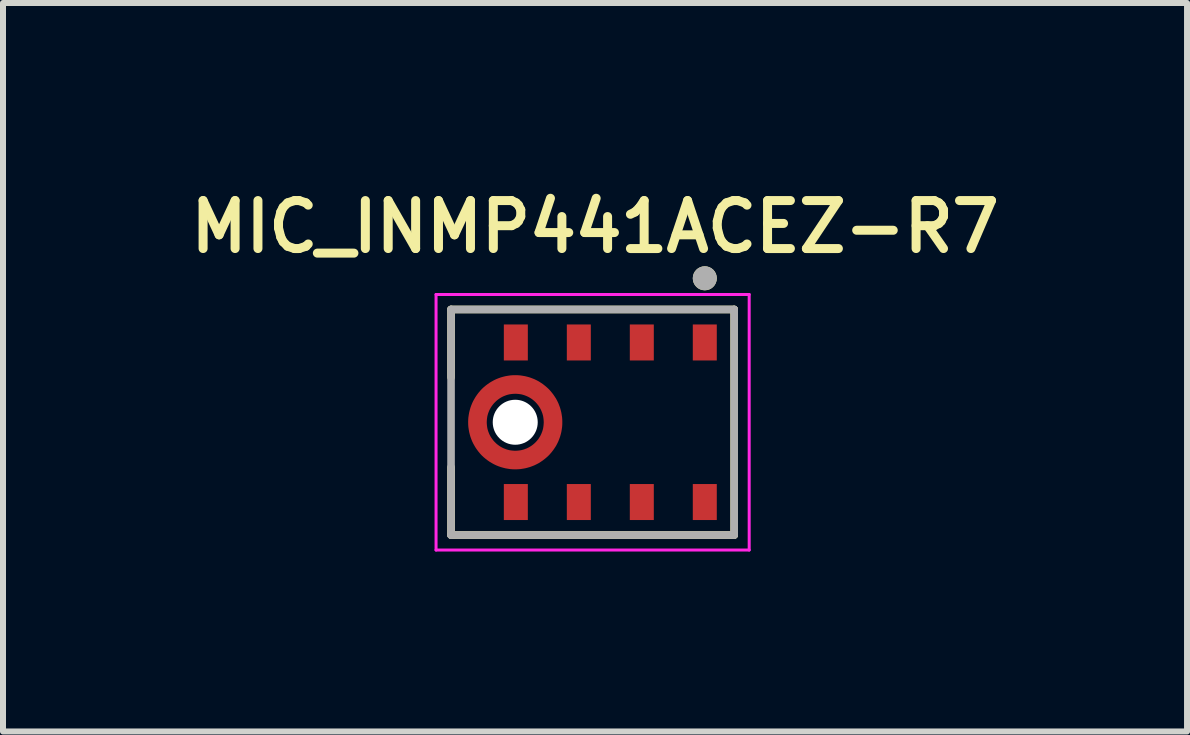
<source format=kicad_pcb>
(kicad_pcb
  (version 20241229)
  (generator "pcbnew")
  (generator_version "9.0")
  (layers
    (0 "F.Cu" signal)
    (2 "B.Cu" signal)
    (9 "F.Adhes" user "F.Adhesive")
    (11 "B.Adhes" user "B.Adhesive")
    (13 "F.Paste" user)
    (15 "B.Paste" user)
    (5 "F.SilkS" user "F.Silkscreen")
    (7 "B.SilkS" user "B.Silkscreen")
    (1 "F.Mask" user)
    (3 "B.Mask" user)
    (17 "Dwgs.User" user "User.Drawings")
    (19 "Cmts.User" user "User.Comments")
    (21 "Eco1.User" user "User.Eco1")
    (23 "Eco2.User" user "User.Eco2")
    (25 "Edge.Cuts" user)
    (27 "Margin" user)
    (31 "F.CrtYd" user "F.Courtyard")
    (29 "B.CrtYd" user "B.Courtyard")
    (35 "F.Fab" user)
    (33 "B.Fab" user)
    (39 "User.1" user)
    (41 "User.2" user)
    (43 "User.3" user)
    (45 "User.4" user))
  (footprint "MIC_INMP441ACEZ-R7"
    (layer "F.Cu")
    (at 6.829 3.989)
    (property "Reference" "MIC_INMP441ACEZ-R7" (at 0.04 -3.258 0) (layer "F.SilkS") (effects (font (size 0.8 0.8) (thickness 0.15))))
    (attr smd)
    (fp_circle (center -1.29 0) (end -0.85 0) (stroke (width 0.88) (type solid)) (fill no) (layer "F.Mask"))
    (fp_line (start -2.36 -1.88) (end -2.36 -0.75) (stroke (width 0.127) (type solid)) (layer "F.SilkS"))
    (fp_line (start -2.36 0.75) (end -2.36 1.88) (stroke (width 0.127) (type solid)) (layer "F.SilkS"))
    (fp_line (start 2.36 -1.88) (end -2.36 -1.88) (stroke (width 0.127) (type solid)) (layer "F.SilkS"))
    (fp_line (start 2.36 -1.88) (end 2.36 1.88) (stroke (width 0.127) (type solid)) (layer "F.SilkS"))
    (fp_line (start 2.36 1.88) (end -2.36 1.88) (stroke (width 0.127) (type solid)) (layer "F.SilkS"))
    (fp_circle (center 1.87 -2.4) (end 1.97 -2.4) (stroke (width 0.2) (type solid)) (fill no) (layer "F.SilkS"))
    (fp_poly (pts (xy -1.455 -1.605) (xy -1.105 -1.605) (xy -1.105 -1.055) (xy -1.455 -1.055)) (stroke (width 0.01) (type solid)) (fill yes) (layer "F.Paste"))
    (fp_poly (pts (xy -1.455 1.055) (xy -1.105 1.055) (xy -1.105 1.605) (xy -1.455 1.605)) (stroke (width 0.01) (type solid)) (fill yes) (layer "F.Paste"))
    (fp_poly (pts (xy -0.405 -1.605) (xy -0.055 -1.605) (xy -0.055 -1.055) (xy -0.405 -1.055)) (stroke (width 0.01) (type solid)) (fill yes) (layer "F.Paste"))
    (fp_poly (pts (xy -0.405 1.055) (xy -0.055 1.055) (xy -0.055 1.605) (xy -0.405 1.605)) (stroke (width 0.01) (type solid)) (fill yes) (layer "F.Paste"))
    (fp_poly (pts (xy 0.645 -1.605) (xy 0.995 -1.605) (xy 0.995 -1.055) (xy 0.645 -1.055)) (stroke (width 0.01) (type solid)) (fill yes) (layer "F.Paste"))
    (fp_poly (pts (xy 0.645 1.055) (xy 0.995 1.055) (xy 0.995 1.605) (xy 0.645 1.605)) (stroke (width 0.01) (type solid)) (fill yes) (layer "F.Paste"))
    (fp_poly (pts (xy 1.695 -1.605) (xy 2.045 -1.605) (xy 2.045 -1.055) (xy 1.695 -1.055)) (stroke (width 0.01) (type solid)) (fill yes) (layer "F.Paste"))
    (fp_poly (pts (xy 1.695 1.055) (xy 2.045 1.055) (xy 2.045 1.605) (xy 1.695 1.605)) (stroke (width 0.01) (type solid)) (fill yes) (layer "F.Paste"))
    (fp_poly (pts (xy -1.661 0.371) (xy -1.641 0.391) (xy -1.622 0.407) (xy -1.603 0.422) (xy -1.584 0.436) (xy -1.563 0.449) (xy -1.543 0.461) (xy -1.521 0.473) (xy -1.499 0.483) (xy -1.477 0.492) (xy -1.454 0.5) (xy -1.431 0.507) (xy -1.407 0.513) (xy -1.384 0.518) (xy -1.36 0.522) (xy -1.336 0.525) (xy -1.312 0.526) (xy -1.288 0.527) (xy -1.263 0.526) (xy -1.239 0.524) (xy -1.215 0.521) (xy -1.191 0.517) (xy -1.168 0.512) (xy -1.144 0.506) (xy -1.121 0.498) (xy -1.099 0.49) (xy -1.076 0.48) (xy -1.055 0.47) (xy -1.033 0.459) (xy -1.013 0.446) (xy -0.996 0.435) (xy -0.799 0.632) (xy -0.829 0.654) (xy -0.861 0.676) (xy -0.894 0.696) (xy -0.928 0.714) (xy -0.963 0.731) (xy -0.999 0.745) (xy -1.035 0.759) (xy -1.072 0.77) (xy -1.109 0.78) (xy -1.147 0.788) (xy -1.185 0.794) (xy -1.223 0.798) (xy -1.262 0.8) (xy -1.3 0.8) (xy -1.339 0.799) (xy -1.377 0.796) (xy -1.415 0.791) (xy -1.453 0.784) (xy -1.491 0.775) (xy -1.528 0.764) (xy -1.565 0.752) (xy -1.6 0.738) (xy -1.636 0.722) (xy -1.67 0.704) (xy -1.703 0.685) (xy -1.736 0.664) (xy -1.767 0.642) (xy -1.798 0.618) (xy -1.827 0.593) (xy -1.856 0.566) (xy -1.883 0.537) (xy -1.908 0.508) (xy -1.932 0.477) (xy -1.954 0.446) (xy -1.975 0.413) (xy -1.994 0.38) (xy -2.012 0.346) (xy -2.028 0.31) (xy -2.042 0.275) (xy -2.054 0.238) (xy -2.065 0.201) (xy -2.074 0.163) (xy -2.081 0.125) (xy -2.086 0.087) (xy -2.089 0.049) (xy -2.09 0.01) (xy -2.09 -0.028) (xy -2.088 -0.067) (xy -2.084 -0.105) (xy -2.078 -0.143) (xy -2.07 -0.181) (xy -2.06 -0.218) (xy -2.049 -0.255) (xy -2.035 -0.291) (xy -2.021 -0.327) (xy -2.004 -0.362) (xy -1.986 -0.396) (xy -1.966 -0.429) (xy -1.944 -0.461) (xy -1.922 -0.491) (xy -1.725 -0.294) (xy -1.736 -0.277) (xy -1.749 -0.257) (xy -1.76 -0.235) (xy -1.77 -0.214) (xy -1.78 -0.191) (xy -1.788 -0.169) (xy -1.796 -0.146) (xy -1.802 -0.122) (xy -1.807 -0.099) (xy -1.811 -0.075) (xy -1.814 -0.051) (xy -1.816 -0.027) (xy -1.817 -0.002) (xy -1.816 0.022) (xy -1.815 0.046) (xy -1.812 0.07) (xy -1.808 0.094) (xy -1.803 0.117) (xy -1.797 0.141) (xy -1.79 0.164) (xy -1.782 0.187) (xy -1.773 0.209) (xy -1.763 0.231) (xy -1.751 0.253) (xy -1.739 0.273) (xy -1.726 0.294) (xy -1.712 0.313) (xy -1.697 0.332) (xy -1.681 0.351) (xy -1.661 0.371) (xy -1.661 0.371)) (stroke (width 0.01) (type solid)) (fill yes) (layer "F.Paste"))
    (fp_poly (pts (xy -0.919 -0.371) (xy -0.939 -0.391) (xy -0.958 -0.407) (xy -0.977 -0.422) (xy -0.996 -0.436) (xy -1.017 -0.449) (xy -1.037 -0.461) (xy -1.059 -0.473) (xy -1.081 -0.483) (xy -1.103 -0.492) (xy -1.126 -0.5) (xy -1.149 -0.507) (xy -1.173 -0.513) (xy -1.196 -0.518) (xy -1.22 -0.522) (xy -1.244 -0.525) (xy -1.268 -0.526) (xy -1.292 -0.527) (xy -1.317 -0.526) (xy -1.341 -0.524) (xy -1.365 -0.521) (xy -1.389 -0.517) (xy -1.412 -0.512) (xy -1.436 -0.506) (xy -1.459 -0.498) (xy -1.481 -0.49) (xy -1.504 -0.48) (xy -1.525 -0.47) (xy -1.547 -0.459) (xy -1.567 -0.446) (xy -1.584 -0.435) (xy -1.781 -0.632) (xy -1.751 -0.654) (xy -1.719 -0.676) (xy -1.686 -0.696) (xy -1.652 -0.714) (xy -1.617 -0.731) (xy -1.581 -0.745) (xy -1.545 -0.759) (xy -1.508 -0.77) (xy -1.471 -0.78) (xy -1.433 -0.788) (xy -1.395 -0.794) (xy -1.357 -0.798) (xy -1.318 -0.8) (xy -1.28 -0.8) (xy -1.241 -0.799) (xy -1.203 -0.796) (xy -1.165 -0.791) (xy -1.127 -0.784) (xy -1.089 -0.775) (xy -1.052 -0.764) (xy -1.015 -0.752) (xy -0.98 -0.738) (xy -0.944 -0.722) (xy -0.91 -0.704) (xy -0.877 -0.685) (xy -0.844 -0.664) (xy -0.813 -0.642) (xy -0.782 -0.618) (xy -0.753 -0.593) (xy -0.724 -0.566) (xy -0.697 -0.537) (xy -0.672 -0.508) (xy -0.648 -0.477) (xy -0.626 -0.446) (xy -0.605 -0.413) (xy -0.586 -0.38) (xy -0.568 -0.346) (xy -0.552 -0.31) (xy -0.538 -0.275) (xy -0.526 -0.238) (xy -0.515 -0.201) (xy -0.506 -0.163) (xy -0.499 -0.125) (xy -0.494 -0.087) (xy -0.491 -0.049) (xy -0.49 -0.01) (xy -0.49 0.028) (xy -0.492 0.067) (xy -0.496 0.105) (xy -0.502 0.143) (xy -0.51 0.181) (xy -0.52 0.218) (xy -0.531 0.255) (xy -0.545 0.291) (xy -0.559 0.327) (xy -0.576 0.362) (xy -0.594 0.396) (xy -0.614 0.429) (xy -0.636 0.461) (xy -0.658 0.491) (xy -0.855 0.294) (xy -0.844 0.277) (xy -0.831 0.257) (xy -0.82 0.235) (xy -0.81 0.214) (xy -0.8 0.191) (xy -0.792 0.169) (xy -0.784 0.146) (xy -0.778 0.122) (xy -0.773 0.099) (xy -0.769 0.075) (xy -0.766 0.051) (xy -0.764 0.027) (xy -0.763 0.002) (xy -0.764 -0.022) (xy -0.765 -0.046) (xy -0.768 -0.07) (xy -0.772 -0.094) (xy -0.777 -0.117) (xy -0.783 -0.141) (xy -0.79 -0.164) (xy -0.798 -0.187) (xy -0.807 -0.209) (xy -0.817 -0.231) (xy -0.829 -0.253) (xy -0.841 -0.273) (xy -0.854 -0.294) (xy -0.868 -0.313) (xy -0.883 -0.332) (xy -0.899 -0.351) (xy -0.919 -0.371) (xy -0.919 -0.371)) (stroke (width 0.01) (type solid)) (fill yes) (layer "F.Paste"))
    (fp_line (start -2.61 -2.13) (end -2.61 2.13) (stroke (width 0.05) (type solid)) (layer "F.CrtYd"))
    (fp_line (start 2.61 -2.13) (end -2.61 -2.13) (stroke (width 0.05) (type solid)) (layer "F.CrtYd"))
    (fp_line (start 2.61 -2.13) (end 2.61 2.13) (stroke (width 0.05) (type solid)) (layer "F.CrtYd"))
    (fp_line (start 2.61 2.13) (end -2.61 2.13) (stroke (width 0.05) (type solid)) (layer "F.CrtYd"))
    (fp_line (start -2.36 -1.88) (end -2.36 1.88) (stroke (width 0.127) (type solid)) (layer "F.Fab"))
    (fp_line (start 2.36 -1.88) (end -2.36 -1.88) (stroke (width 0.127) (type solid)) (layer "F.Fab"))
    (fp_line (start 2.36 -1.88) (end 2.36 1.88) (stroke (width 0.127) (type solid)) (layer "F.Fab"))
    (fp_line (start 2.36 1.88) (end -2.36 1.88) (stroke (width 0.127) (type solid)) (layer "F.Fab"))
    (fp_circle (center 1.87 -2.4) (end 1.97 -2.4) (stroke (width 0.2) (type solid)) (fill no) (layer "F.Fab"))
    (pad "" np_thru_hole circle (at -1.29 0) (size 0.75 0.75) (drill 0.75) (layers "*.Cu" "*.Mask"))
    (pad "1" smd rect (at 1.87 -1.33) (size 0.4 0.6) (layers "F.Cu" "F.Mask"))
    (pad "2" smd rect (at 0.82 -1.33) (size 0.4 0.6) (layers "F.Cu" "F.Mask"))
    (pad "3" smd rect (at -0.23 -1.33) (size 0.4 0.6) (layers "F.Cu" "F.Mask"))
    (pad "4" smd rect (at -1.28 -1.33) (size 0.4 0.6) (layers "F.Cu" "F.Mask"))
    (pad "5" smd custom (at -1.92 0) (size 0.1 0.1) (layers "F.Cu") (options (anchor rect)) (primitives (gr_poly (pts (xy 1.41 -0.003) (xy 1.11 -0.003) (xy 1.109 -0.026) (xy 1.107 -0.051) (xy 1.104 -0.076) (xy 1.1 -0.101) (xy 1.094 -0.125) (xy 1.087 -0.149) (xy 1.078 -0.173) (xy 1.069 -0.196) (xy 1.058 -0.219) (xy 1.046 -0.241) (xy 1.033 -0.262) (xy 1.019 -0.283) (xy 1.003 -0.303) (xy 0.987 -0.322) (xy 0.97 -0.34) (xy 0.952 -0.357) (xy 0.933 -0.373) (xy 0.913 -0.389) (xy 0.892 -0.403) (xy 0.871 -0.416) (xy 0.849 -0.428) (xy 0.826 -0.439) (xy 0.803 -0.448) (xy 0.779 -0.457) (xy 0.755 -0.464) (xy 0.731 -0.47) (xy 0.706 -0.474) (xy 0.681 -0.477) (xy 0.656 -0.479) (xy 0.63 -0.48) (xy 0.605 -0.479) (xy 0.58 -0.477) (xy 0.555 -0.474) (xy 0.53 -0.47) (xy 0.506 -0.464) (xy 0.482 -0.457) (xy 0.458 -0.448) (xy 0.435 -0.439) (xy 0.412 -0.428) (xy 0.39 -0.416) (xy 0.369 -0.403) (xy 0.348 -0.388) (xy 0.328 -0.373) (xy 0.309 -0.357) (xy 0.291 -0.339) (xy 0.273 -0.321) (xy 0.257 -0.302) (xy 0.242 -0.282) (xy 0.227 -0.261) (xy 0.214 -0.24) (xy 0.202 -0.218) (xy 0.191 -0.195) (xy 0.182 -0.172) (xy 0.173 -0.148) (xy 0.166 -0.124) (xy 0.16 -0.1) (xy 0.156 -0.075) (xy 0.153 -0.05) (xy 0.151 -0.025) (xy 0.15 0) (xy 0.151 0.025) (xy 0.153 0.05) (xy 0.156 0.075) (xy 0.16 0.1) (xy 0.166 0.124) (xy 0.173 0.148) (xy 0.182 0.172) (xy 0.191 0.195) (xy 0.202 0.218) (xy 0.214 0.24) (xy 0.227 0.261) (xy 0.242 0.282) (xy 0.257 0.302) (xy 0.273 0.321) (xy 0.291 0.339) (xy 0.309 0.357) (xy 0.328 0.373) (xy 0.348 0.388) (xy 0.369 0.403) (xy 0.39 0.416) (xy 0.412 0.428) (xy 0.435 0.439) (xy 0.458 0.448) (xy 0.482 0.457) (xy 0.506 0.464) (xy 0.53 0.47) (xy 0.555 0.474) (xy 0.58 0.477) (xy 0.605 0.479) (xy 0.63 0.48) (xy 0.656 0.479) (xy 0.681 0.477) (xy 0.706 0.474) (xy 0.731 0.47) (xy 0.755 0.464) (xy 0.779 0.457) (xy 0.803 0.448) (xy 0.826 0.439) (xy 0.849 0.428) (xy 0.871 0.416) (xy 0.892 0.403) (xy 0.913 0.389) (xy 0.933 0.373) (xy 0.952 0.357) (xy 0.97 0.34) (xy 0.987 0.322) (xy 1.003 0.303) (xy 1.019 0.283) (xy 1.033 0.262) (xy 1.046 0.241) (xy 1.058 0.219) (xy 1.069 0.196) (xy 1.078 0.173) (xy 1.087 0.149) (xy 1.094 0.125) (xy 1.1 0.101) (xy 1.104 0.076) (xy 1.107 0.051) (xy 1.109 0.026) (xy 1.11 0.003) (xy 1.41 0.003) (xy 1.409 0.042) (xy 1.406 0.083) (xy 1.4 0.123) (xy 1.393 0.163) (xy 1.383 0.203) (xy 1.372 0.242) (xy 1.358 0.28) (xy 1.343 0.318) (xy 1.325 0.355) (xy 1.306 0.391) (xy 1.284 0.425) (xy 1.261 0.459) (xy 1.236 0.491) (xy 1.21 0.522) (xy 1.182 0.552) (xy 1.152 0.58) (xy 1.121 0.606) (xy 1.089 0.631) (xy 1.055 0.654) (xy 1.021 0.676) (xy 0.985 0.695) (xy 0.948 0.713) (xy 0.91 0.728) (xy 0.872 0.742) (xy 0.833 0.753) (xy 0.793 0.763) (xy 0.753 0.77) (xy 0.713 0.776) (xy 0.672 0.779) (xy 0.63 0.78) (xy 0.589 0.779) (xy 0.548 0.776) (xy 0.508 0.77) (xy 0.468 0.763) (xy 0.428 0.753) (xy 0.389 0.742) (xy 0.35 0.728) (xy 0.313 0.713) (xy 0.276 0.695) (xy 0.24 0.675) (xy 0.205 0.654) (xy 0.172 0.631) (xy 0.139 0.606) (xy 0.108 0.58) (xy 0.078 0.552) (xy 0.05 0.522) (xy 0.024 0.491) (xy -0.001 0.458) (xy -0.024 0.425) (xy -0.045 0.39) (xy -0.065 0.354) (xy -0.083 0.317) (xy -0.098 0.28) (xy -0.112 0.241) (xy -0.123 0.202) (xy -0.133 0.162) (xy -0.14 0.122) (xy -0.146 0.082) (xy -0.149 0.041) (xy -0.15 0) (xy -0.149 -0.041) (xy -0.146 -0.082) (xy -0.14 -0.122) (xy -0.133 -0.162) (xy -0.123 -0.202) (xy -0.112 -0.241) (xy -0.098 -0.28) (xy -0.083 -0.317) (xy -0.065 -0.354) (xy -0.045 -0.39) (xy -0.024 -0.425) (xy -0.001 -0.458) (xy 0.024 -0.491) (xy 0.05 -0.522) (xy 0.078 -0.552) (xy 0.108 -0.58) (xy 0.139 -0.606) (xy 0.172 -0.631) (xy 0.205 -0.654) (xy 0.24 -0.675) (xy 0.276 -0.695) (xy 0.313 -0.713) (xy 0.35 -0.728) (xy 0.389 -0.742) (xy 0.428 -0.753) (xy 0.468 -0.763) (xy 0.508 -0.77) (xy 0.548 -0.776) (xy 0.589 -0.779) (xy 0.63 -0.78) (xy 0.672 -0.779) (xy 0.713 -0.776) (xy 0.753 -0.77) (xy 0.793 -0.763) (xy 0.833 -0.753) (xy 0.872 -0.742) (xy 0.91 -0.728) (xy 0.948 -0.713) (xy 0.985 -0.695) (xy 1.021 -0.676) (xy 1.055 -0.654) (xy 1.089 -0.631) (xy 1.121 -0.606) (xy 1.152 -0.58) (xy 1.182 -0.552) (xy 1.21 -0.522) (xy 1.236 -0.491) (xy 1.261 -0.459) (xy 1.284 -0.425) (xy 1.306 -0.391) (xy 1.325 -0.355) (xy 1.343 -0.318) (xy 1.358 -0.28) (xy 1.372 -0.242) (xy 1.383 -0.203) (xy 1.393 -0.163) (xy 1.4 -0.123) (xy 1.406 -0.083) (xy 1.409 -0.042) (xy 1.41 -0.003) (xy 1.41 -0.003)) (width 0.01) (fill yes))))
    (pad "6" smd rect (at -1.28 1.33) (size 0.4 0.6) (layers "F.Cu" "F.Mask"))
    (pad "7" smd rect (at -0.23 1.33) (size 0.4 0.6) (layers "F.Cu" "F.Mask"))
    (pad "8" smd rect (at 0.82 1.33) (size 0.4 0.6) (layers "F.Cu" "F.Mask"))
    (pad "9" smd rect (at 1.87 1.33) (size 0.4 0.6) (layers "F.Cu" "F.Mask")))
  (gr_rect
    (start -3 -3)
    (end 16.738 9.144)
    (stroke (width 0.1) (type default))
    (fill no)
    (layer "Edge.Cuts")))
</source>
